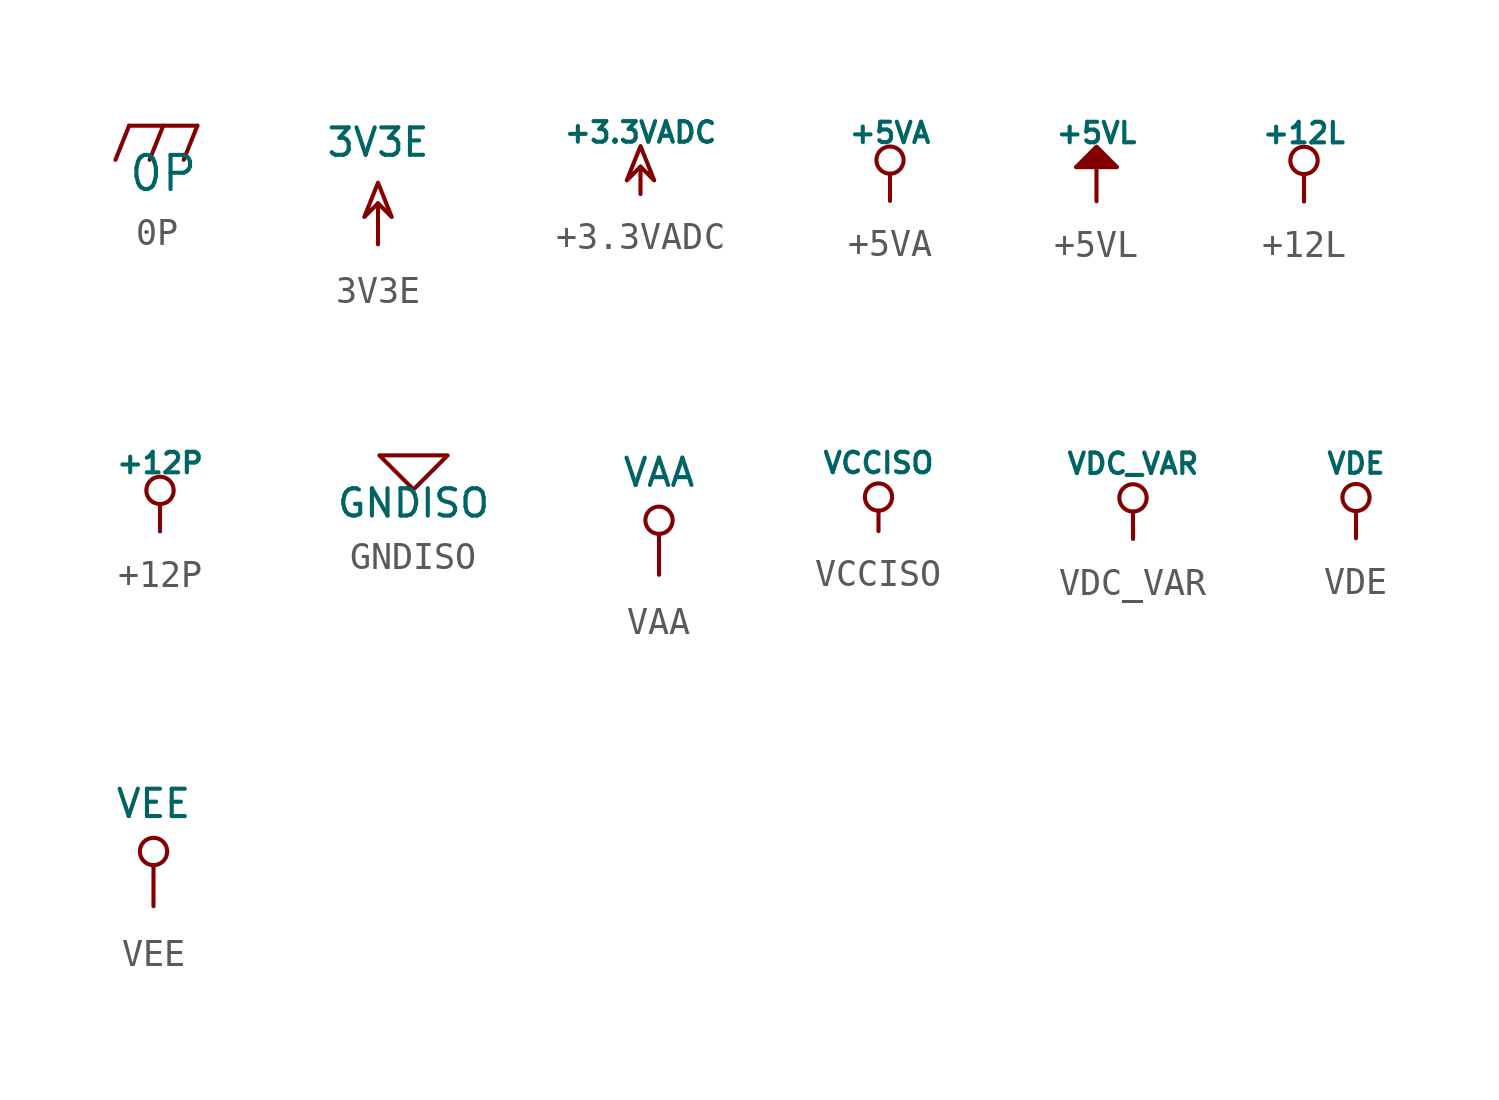
<source format=kicad_sym>
(kicad_symbol_lib
  (version 20220914)
  (generator kicad_symbol_editor)
  (symbol "0P"
    (pin_numbers hide)
    (pin_names
      (offset 0.254) hide)
    (property "Reference" "#PWR"
      (at 0 0 0)
      (effects (font (size 1.016 1.016)) hide))
    (property "Value" "0P"
      (at 0 -1.778 0)
      (effects (font (size 1.27 1.27))))
    (symbol "0P_0_1"
      (polyline (pts (xy -1.27 0) (xy -1.778 -1.27) (xy -1.778 -1.27)) (stroke (width 0) (type solid)) (fill (type none)))
      (polyline (pts (xy 0 0) (xy -0.508 -1.27) (xy -0.508 -1.27)) (stroke (width 0) (type solid)) (fill (type none)))
      (polyline (pts (xy 1.27 0) (xy -1.27 0) (xy -1.27 0)) (stroke (width 0) (type solid)) (fill (type none)))
      (polyline (pts (xy 1.27 0) (xy 0.762 -1.27) (xy 0.762 -1.27)) (stroke (width 0) (type solid)) (fill (type none))))
    (symbol "0P_1_1"
      (pin power_in line (at 0 0 90) (length 0) hide (name "0P" (effects (font (size 1.016 1.016)))) (number "1" (effects (font (size 1.016 1.016)))))))
  (symbol "3V3E"
    (pin_names
      (offset 0))
    (property "Reference" "#PWR"
      (at 0 2.54 0)
      (effects (font (size 1.016 1.016)) hide))
    (property "Value" "3V3E"
      (at 0 3.785 0)
      (effects (font (size 1.016 1.016))))
    (symbol "3V3E_0_1"
      (polyline (pts (xy 0 1.524) (xy 0 0)) (stroke (width 0) (type solid)) (fill (type none)))
      (polyline (pts (xy 0 1.524) (xy 0.508 1.016) (xy 0 2.286) (xy -0.508 1.016) (xy 0 1.524) (xy 0 1.524)) (stroke (width 0) (type solid)) (fill (type none))))
    (symbol "3V3E_1_0"
      (pin power_in line (at 0 0 90) (length 0) hide (name "3V3E" (effects (font (size 0.762 0.762)))) (number "1" (effects (font (size 0.762 0.762)))))))
  (symbol "+3.3VADC"
    (power)
    (pin_names
      (offset 0))
    (property "Reference" "#PWR"
      (at 0 3.048 0)
      (effects (font (size 0.508 0.508)) hide))
    (property "Value" "+3.3VADC"
      (at 0 2.286 0)
      (effects (font (size 0.762 0.762))))
    (symbol "+3.3VADC_0_0"
      (pin power_in line (at 0 0 90) (length 0) hide (name "+3.3VADC" (effects (font (size 0.508 0.508)))) (number "1" (effects (font (size 0.508 0.508))))))
    (symbol "+3.3VADC_0_1"
      (polyline (pts (xy 0 0) (xy 0 1.016) (xy 0 1.016)) (stroke (width 0) (type solid)) (fill (type none)))
      (polyline (pts (xy 0 1.016) (xy 0.508 0.508) (xy 0 1.778) (xy -0.508 0.508) (xy 0 1.016) (xy 0 1.016)) (stroke (width 0) (type solid)) (fill (type none)))))
  (symbol "+5VA"
    (power)
    (pin_numbers hide)
    (pin_names
      (offset 0))
    (property "Reference" "#PWR"
      (at 0 3.302 0)
      (effects (font (size 0.508 0.508)) hide))
    (property "Value" "+5VA"
      (at 0 2.54 0)
      (effects (font (size 0.762 0.762))))
    (symbol "+5VA_0_0"
      (pin power_in line (at 0 0 90) (length 0) hide (name "+5VA" (effects (font (size 0.508 0.508)))) (number "1" (effects (font (size 0.508 0.508))))))
    (symbol "+5VA_0_1"
      (polyline (pts (xy 0 0) (xy 0 1.016) (xy 0 1.016)) (stroke (width 0) (type solid)) (fill (type none)))
      (circle (center 0 1.524) (radius 0.508) (stroke (width 0) (type solid)) (fill (type none)))))
  (symbol "+5VL"
    (pin_names
      (offset 0))
    (property "Reference" "#PWR"
      (at 0 3.302 0)
      (effects (font (size 0.508 0.508)) hide))
    (property "Value" "+5VL"
      (at 0 2.54 0)
      (effects (font (size 0.762 0.762))))
    (symbol "+5VL_0_0"
      (pin power_in line (at 0 0 90) (length 0) hide (name "+5VL" (effects (font (size 0.508 0.508)))) (number "1" (effects (font (size 0.508 0.508))))))
    (symbol "+5VL_0_1"
      (polyline (pts (xy 0 0) (xy 0 1.27) (xy 0 1.27)) (stroke (width 0) (type solid)) (fill (type none)))
      (polyline (pts (xy 0 2.032) (xy 0.762 1.27) (xy -0.508 1.27) (xy -0.762 1.27) (xy 0 2.032) (xy 0 2.032) (xy 0 2.032)) (stroke (width 0) (type solid)) (fill (type outline)))))
  (symbol "+12L"
    (power)
    (pin_numbers hide)
    (pin_names
      (offset 0))
    (property "Reference" "#PWR"
      (at 0 -1.27 0)
      (effects (font (size 0.508 0.508)) hide))
    (property "Value" "+12L"
      (at 0 2.54 0)
      (effects (font (size 0.762 0.762))))
    (symbol "+12L_0_0"
      (pin power_in line (at 0 0 90) (length 0) hide (name "+12L" (effects (font (size 0.762 0.762)))) (number "1" (effects (font (size 0.508 0.508))))))
    (symbol "+12L_0_1"
      (polyline (pts (xy 0 0) (xy 0 1.016) (xy 0 1.016)) (stroke (width 0) (type solid)) (fill (type none)))
      (circle (center 0 1.524) (radius 0.508) (stroke (width 0) (type solid)) (fill (type none)))))
  (symbol "+12P"
    (power)
    (pin_numbers hide)
    (pin_names
      (offset 0))
    (property "Reference" "#PWR"
      (at 0 -0.762 0)
      (effects (font (size 0.762 0.762)) hide))
    (property "Value" "+12P"
      (at 0 2.54 0)
      (effects (font (size 0.762 0.762))))
    (symbol "+12P_0_0"
      (pin power_in line (at 0 0 90) (length 0) hide (name "+12P" (effects (font (size 0.762 0.762)))) (number "1" (effects (font (size 0.762 0.762))))))
    (symbol "+12P_0_1"
      (polyline (pts (xy 0 0) (xy 0 1.016) (xy 0 1.016)) (stroke (width 0) (type solid)) (fill (type none)))
      (circle (center 0 1.524) (radius 0.508) (stroke (width 0) (type solid)) (fill (type none)))))
  (symbol "GNDISO"
    (pin_names
      (offset 0))
    (property "Reference" "#PWR"
      (at 0 0 0)
      (effects (font (size 1.016 1.016)) hide))
    (property "Value" "GNDISO"
      (at 0 -1.778 0)
      (effects (font (size 1.016 1.016))))
    (symbol "GNDISO_0_1"
      (polyline (pts (xy -1.27 0) (xy 0 -1.27) (xy 1.27 0) (xy -1.27 0)) (stroke (width 0) (type solid)) (fill (type none))))
    (symbol "GNDISO_1_1"
      (pin power_in line (at 0 0 90) (length 0) hide (name "GNDISO" (effects (font (size 1.016 1.016)))) (number "1" (effects (font (size 1.016 1.016)))))))
  (symbol "VAA"
    (pin_names
      (offset 0))
    (property "Reference" "#PWR"
      (at 0 5.08 0)
      (effects (font (size 1.016 1.016)) hide))
    (property "Value" "VAA"
      (at 0 3.81 0)
      (effects (font (size 1.016 1.016))))
    (symbol "VAA_0_0"
      (pin power_in line (at 0 0 90) (length 0) hide (name "VAA" (effects (font (size 1.016 1.016)))) (number "1" (effects (font (size 1.016 1.016))))))
    (symbol "VAA_0_1"
      (polyline (pts (xy 0 1.524) (xy 0 0)) (stroke (width 0) (type solid)) (fill (type none)))
      (circle (center 0 2.032) (radius 0.508) (stroke (width 0) (type solid)) (fill (type none)))))
  (symbol "VCCISO"
    (power)
    (pin_names
      (offset 0))
    (property "Reference" "#PWR"
      (at 0 2.54 0)
      (effects (font (size 0.762 0.762)) hide))
    (property "Value" "VCCISO"
      (at 0 2.54 0)
      (effects (font (size 0.762 0.762))))
    (symbol "VCCISO_0_0"
      (pin power_in line (at 0 0 90) (length 0) hide (name "VCCISO" (effects (font (size 0.508 0.508)))) (number "1" (effects (font (size 0.508 0.508))))))
    (symbol "VCCISO_0_1"
      (polyline (pts (xy 0 0) (xy 0 0.762) (xy 0 0.762)) (stroke (width 0) (type solid)) (fill (type none)))
      (circle (center 0 1.27) (radius 0.508) (stroke (width 0) (type solid)) (fill (type none)))))
  (symbol "VDC_VAR"
    (power)
    (pin_numbers hide)
    (pin_names
      (offset 1.016) hide)
    (property "Reference" "#PWR"
      (at 0 2.54 0)
      (effects (font (size 0.762 0.762)) hide))
    (property "Value" "VDC_VAR"
      (at 0 2.794 0)
      (effects (font (size 0.762 0.762))))
    (symbol "VDC_VAR_0_0"
      (pin power_in line (at 0 0 90) (length 0) hide (name "VDC_VAR" (effects (font (size 1.016 1.016)))) (number "1" (effects (font (size 1.016 1.016))))))
    (symbol "VDC_VAR_0_1"
      (polyline (pts (xy 0 0) (xy 0 1.016) (xy 0 1.016)) (stroke (width 0) (type solid)) (fill (type none)))
      (circle (center 0 1.524) (radius 0.508) (stroke (width 0) (type solid)) (fill (type none)))))
  (symbol "VDE"
    (power)
    (pin_numbers hide)
    (pin_names
      (offset 1.016) hide)
    (property "Reference" "#PWR"
      (at 0 2.54 0)
      (effects (font (size 0.762 0.762)) hide))
    (property "Value" "VDE"
      (at 0 2.794 0)
      (effects (font (size 0.762 0.762))))
    (symbol "VDE_0_0"
      (pin power_in line (at 0 0 90) (length 0) hide (name "VDE" (effects (font (size 1.016 1.016)))) (number "1" (effects (font (size 1.016 1.016))))))
    (symbol "VDE_0_1"
      (polyline (pts (xy 0 0) (xy 0 1.016) (xy 0 1.016)) (stroke (width 0) (type solid)) (fill (type none)))
      (circle (center 0 1.524) (radius 0.508) (stroke (width 0) (type solid)) (fill (type none)))))
  (symbol "VEE"
    (pin_names
      (offset 0))
    (property "Reference" "#PWR"
      (at 0 5.08 0)
      (effects (font (size 1.016 1.016)) hide))
    (property "Value" "VEE"
      (at 0 3.81 0)
      (effects (font (size 1.016 1.016))))
    (symbol "VEE_0_0"
      (pin power_in line (at 0 0 90) (length 0) hide (name "VEE" (effects (font (size 1.016 1.016)))) (number "1" (effects (font (size 1.016 1.016))))))
    (symbol "VEE_0_1"
      (polyline (pts (xy 0 1.524) (xy 0 0)) (stroke (width 0) (type solid)) (fill (type none)))
      (circle (center 0 2.032) (radius 0.508) (stroke (width 0) (type solid)) (fill (type none))))))
</source>
